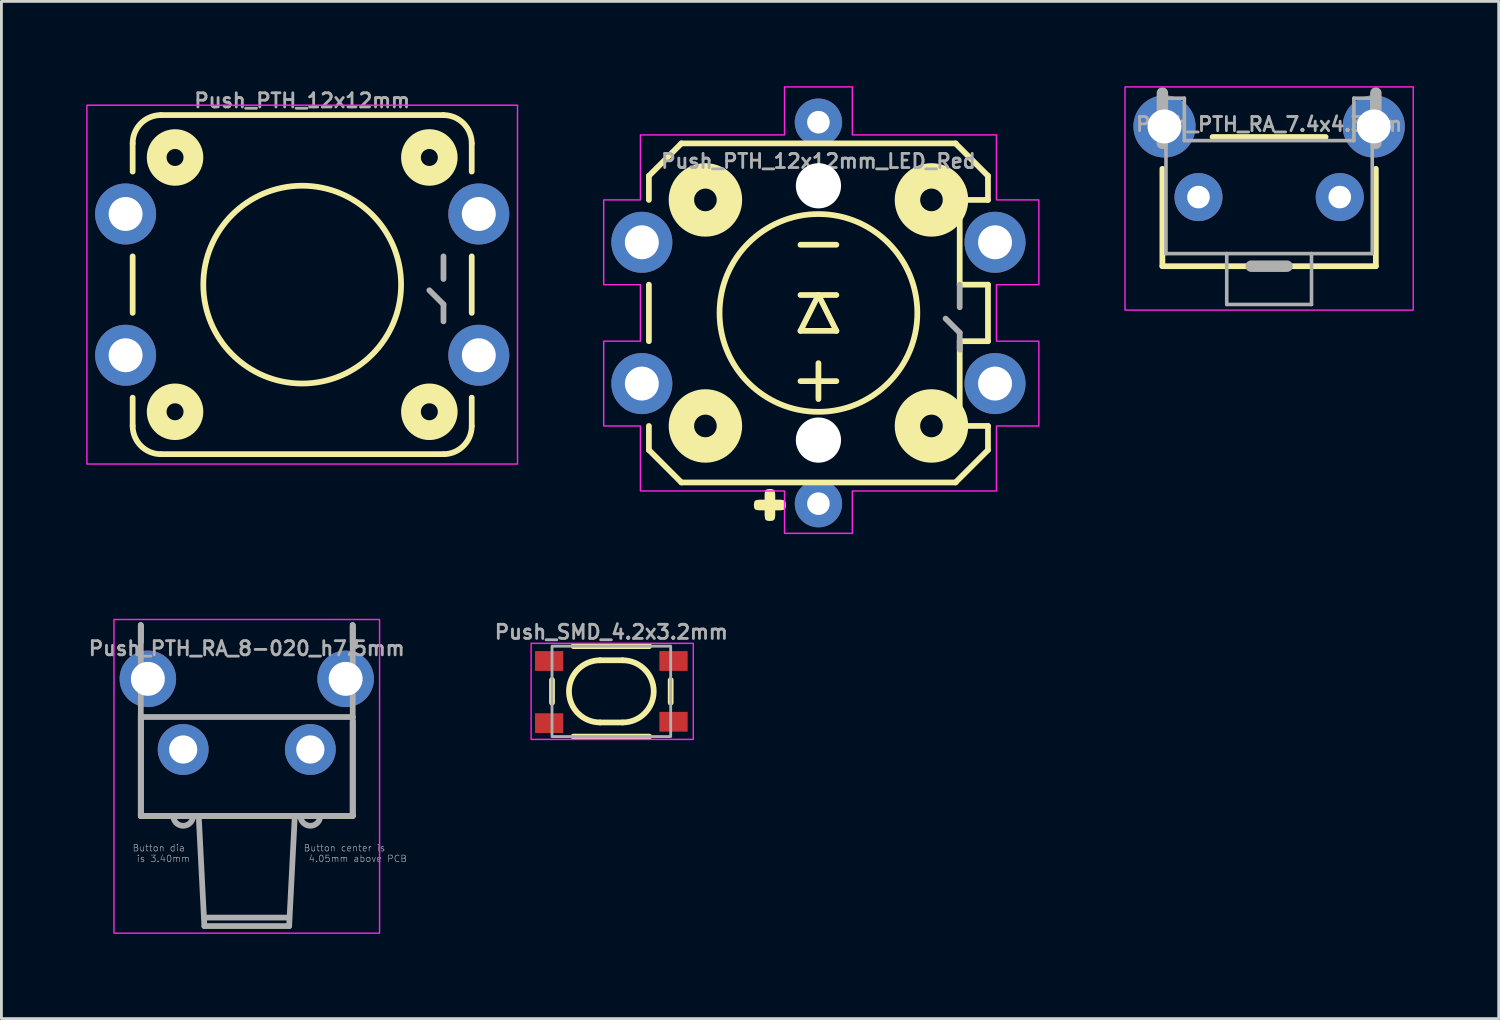
<source format=kicad_pcb>
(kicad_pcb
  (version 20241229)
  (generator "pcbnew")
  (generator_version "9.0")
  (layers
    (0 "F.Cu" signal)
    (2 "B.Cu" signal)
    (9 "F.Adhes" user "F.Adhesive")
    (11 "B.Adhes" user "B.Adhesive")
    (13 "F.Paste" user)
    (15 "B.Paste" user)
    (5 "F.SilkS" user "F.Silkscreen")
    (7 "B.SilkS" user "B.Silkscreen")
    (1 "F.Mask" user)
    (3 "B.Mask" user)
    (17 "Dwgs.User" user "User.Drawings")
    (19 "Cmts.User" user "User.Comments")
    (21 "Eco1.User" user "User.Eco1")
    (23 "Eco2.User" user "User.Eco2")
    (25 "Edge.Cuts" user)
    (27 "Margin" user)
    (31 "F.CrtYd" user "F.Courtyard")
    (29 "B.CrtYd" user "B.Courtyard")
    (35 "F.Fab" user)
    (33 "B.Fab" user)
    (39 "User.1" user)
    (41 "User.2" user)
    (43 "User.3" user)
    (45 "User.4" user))
  (footprint "Push_SMD_4.2x3.2mm"
    (layer "F.Cu")
    (at 18.586 21.418)
    (property "Reference" "Push_SMD_4.2x3.2mm" (at 0 -2.1 0) (layer "F.Fab") (effects (font (size 0.5 0.5) (thickness 0.1))))
    (attr smd)
    (fp_line (start -2.1 0.4) (end -2.1 -0.4) (stroke (width 0.203) (type solid)) (layer "F.SilkS"))
    (fp_line (start -1.338 -1.6) (end 1.338 -1.6) (stroke (width 0.203) (type solid)) (layer "F.SilkS"))
    (fp_line (start -0.4 -1.1) (end 0.4 -1.1) (stroke (width 0.203) (type default)) (layer "F.SilkS"))
    (fp_line (start -0.4 1.1) (end 0.4 1.1) (stroke (width 0.203) (type default)) (layer "F.SilkS"))
    (fp_line (start 1.338 1.6) (end -1.338 1.6) (stroke (width 0.203) (type solid)) (layer "F.SilkS"))
    (fp_line (start 2.1 0.4) (end 2.1 -0.4) (stroke (width 0.203) (type solid)) (layer "F.SilkS"))
    (fp_arc (start -0.4 1.1) (mid -1.5 0) (end -0.4 -1.1) (stroke (width 0.2032) (type default)) (layer "F.SilkS"))
    (fp_arc (start 0.4 -1.1) (mid 1.5 0) (end 0.4 1.1) (stroke (width 0.2032) (type default)) (layer "F.SilkS"))
    (fp_rect (start -2.84 -1.7) (end 2.9 1.7) (stroke (width 0.05) (type default)) (fill no) (layer "F.CrtYd"))
    (fp_rect (start -2.1 -1.6) (end 2.1 1.6) (stroke (width 0.1) (type default)) (fill no) (layer "F.Fab"))
    (pad "1" smd rect (at -2.2 -1.075) (size 1 0.7) (layers "F.Cu" "F.Mask" "F.Paste"))
    (pad "1" smd rect (at 2.2 -1.075) (size 1 0.7) (layers "F.Cu" "F.Mask" "F.Paste"))
    (pad "2" smd rect (at -2.2 1.125) (size 1 0.7) (layers "F.Cu" "F.Mask" "F.Paste"))
    (pad "2" smd rect (at 2.2 1.075) (size 1 0.7) (layers "F.Cu" "F.Mask" "F.Paste")))
  (footprint "Push_PTH_12x12mm_LED_Red"
    (layer "F.Cu")
    (at 25.915 8.025)
    (property "Reference" "Push_PTH_12x12mm_LED_Red" (at 0 -5.08 0) (layer "F.Fab") (effects (font (size 0.5 0.5) (thickness 0.1)) (justify bottom)))
    (attr through_hole)
    (fp_line (start -6 -4.85) (end -4.85 -6) (stroke (width 0.203) (type solid)) (layer "F.SilkS"))
    (fp_line (start -6 -4) (end -6 -4.85) (stroke (width 0.203) (type solid)) (layer "F.SilkS"))
    (fp_line (start -6 1) (end -6 -1) (stroke (width 0.203) (type solid)) (layer "F.SilkS"))
    (fp_line (start -6 4.85) (end -6 4) (stroke (width 0.203) (type solid)) (layer "F.SilkS"))
    (fp_line (start -4.85 -6) (end 4.85 -6) (stroke (width 0.203) (type solid)) (layer "F.SilkS"))
    (fp_line (start -4.85 6) (end -6 4.85) (stroke (width 0.203) (type solid)) (layer "F.SilkS"))
    (fp_line (start -0.635 -0.635) (end 0 -0.635) (stroke (width 0.203) (type solid)) (layer "F.SilkS"))
    (fp_line (start -0.635 0.635) (end 0.635 0.635) (stroke (width 0.203) (type solid)) (layer "F.SilkS"))
    (fp_line (start 0 -0.635) (end -0.635 0.635) (stroke (width 0.203) (type solid)) (layer "F.SilkS"))
    (fp_line (start 0 -0.635) (end 0.635 -0.635) (stroke (width 0.203) (type solid)) (layer "F.SilkS"))
    (fp_line (start 0 3.048) (end 0 1.778) (stroke (width 0.203) (type solid)) (layer "F.SilkS"))
    (fp_line (start 0.635 -2.413) (end -0.635 -2.413) (stroke (width 0.203) (type solid)) (layer "F.SilkS"))
    (fp_line (start 0.635 0.635) (end 0 -0.635) (stroke (width 0.203) (type solid)) (layer "F.SilkS"))
    (fp_line (start 0.635 2.413) (end -0.635 2.413) (stroke (width 0.203) (type solid)) (layer "F.SilkS"))
    (fp_line (start 4.85 -6) (end 6 -4.85) (stroke (width 0.203) (type solid)) (layer "F.SilkS"))
    (fp_line (start 4.85 6) (end -4.85 6) (stroke (width 0.203) (type solid)) (layer "F.SilkS"))
    (fp_line (start 5 -4) (end 6 -4) (stroke (width 0.203) (type solid)) (layer "F.SilkS"))
    (fp_line (start 5 -1) (end 5 -4) (stroke (width 0.203) (type solid)) (layer "F.SilkS"))
    (fp_line (start 5 1) (end 5 4) (stroke (width 0.203) (type solid)) (layer "F.SilkS"))
    (fp_line (start 5 4) (end 6 4) (stroke (width 0.203) (type solid)) (layer "F.SilkS"))
    (fp_line (start 6 -4.85) (end 6 -4) (stroke (width 0.203) (type solid)) (layer "F.SilkS"))
    (fp_line (start 6 -1) (end 5 -1) (stroke (width 0.203) (type solid)) (layer "F.SilkS"))
    (fp_line (start 6 -1) (end 6 1) (stroke (width 0.203) (type solid)) (layer "F.SilkS"))
    (fp_line (start 6 1) (end 5 1) (stroke (width 0.203) (type solid)) (layer "F.SilkS"))
    (fp_line (start 6 4) (end 6 4.85) (stroke (width 0.203) (type solid)) (layer "F.SilkS"))
    (fp_line (start 6 4.85) (end 4.85 6) (stroke (width 0.203) (type solid)) (layer "F.SilkS"))
    (fp_circle (center -4 -4) (end -3.6 -4) (stroke (width 0.9) (type solid)) (fill no) (layer "F.SilkS"))
    (fp_circle (center -4 4) (end -3.6 4) (stroke (width 0.9) (type solid)) (fill no) (layer "F.SilkS"))
    (fp_circle (center 0 0) (end 3.5 0) (stroke (width 0.203) (type solid)) (fill no) (layer "F.SilkS"))
    (fp_circle (center 4 -4) (end 4.4 -4) (stroke (width 0.9) (type solid)) (fill no) (layer "F.SilkS"))
    (fp_circle (center 4 4) (end 4.4 4) (stroke (width 0.9) (type solid)) (fill no) (layer "F.SilkS"))
    (fp_poly (pts (xy -1.529 6.609) (xy -1.336 6.609) (xy -1.214 6.629) (xy -1.163 6.69) (xy -1.15 6.798) (xy -1.162 6.906) (xy -1.203 6.964) (xy -1.324 6.985) (xy -1.529 6.985) (xy -1.529 7.178) (xy -1.549 7.299) (xy -1.61 7.351) (xy -1.718 7.364) (xy -1.826 7.351) (xy -1.884 7.306) (xy -1.905 7.176) (xy -1.905 6.985) (xy -2.112 6.985) (xy -2.226 6.966) (xy -2.274 6.905) (xy -2.286 6.797) (xy -2.273 6.689) (xy -2.226 6.63) (xy -2.095 6.609) (xy -1.905 6.609) (xy -1.905 6.416) (xy -1.886 6.294) (xy -1.825 6.243) (xy -1.717 6.23) (xy -1.609 6.243) (xy -1.55 6.287) (xy -1.529 6.418) (xy -1.529 6.609)) (stroke (width 0) (type solid)) (fill yes) (layer "F.SilkS"))
    (fp_poly (pts (xy 7.8 -4) (xy 7.8 -1) (xy 6.3 -1) (xy 6.3 1) (xy 7.8 1) (xy 7.8 4) (xy 6.3 4) (xy 6.3 6.3) (xy 1.2 6.3) (xy 1.2 7.8) (xy -1.2 7.8) (xy -1.2 6.3) (xy -6.3 6.3) (xy -6.3 4) (xy -7.6 4) (xy -7.6 1) (xy -6.3 1) (xy -6.3 -1) (xy -7.6 -1) (xy -7.6 -4) (xy -6.3 -4) (xy -6.3 -6.3) (xy -1.2 -6.3) (xy -1.2 -8) (xy 1.2 -8) (xy 1.2 -6.3) (xy 6.3 -6.3) (xy 6.3 -4)) (stroke (width 0.05) (type solid)) (fill no) (layer "F.CrtYd"))
    (fp_line (start 5 -0.2) (end 5 -1) (stroke (width 0.203) (type solid)) (layer "F.Fab"))
    (fp_line (start 5 0.7) (end 4.5 0.2) (stroke (width 0.203) (type solid)) (layer "F.Fab"))
    (fp_line (start 5 1.3) (end 5 0.7) (stroke (width 0.203) (type solid)) (layer "F.Fab"))
    (pad "" np_thru_hole circle (at 0 -4.5) (size 1.6 1.6) (drill 1.6) (layers "*.Cu" "*.Mask"))
    (pad "" np_thru_hole circle (at 0 4.5) (size 1.6 1.6) (drill 1.6) (layers "*.Cu" "*.Mask"))
    (pad "1" thru_hole circle (at -6.25 -2.5) (size 2.159 2.159) (drill 1.2) (layers "*.Cu" "*.Mask"))
    (pad "1" thru_hole circle (at 6.25 -2.5) (size 2.159 2.159) (drill 1.2) (layers "*.Cu" "*.Mask"))
    (pad "2" thru_hole circle (at -6.25 2.5) (size 2.159 2.159) (drill 1.2) (layers "*.Cu" "*.Mask"))
    (pad "2" thru_hole circle (at 6.25 2.5) (size 2.159 2.159) (drill 1.2) (layers "*.Cu" "*.Mask"))
    (pad "A" thru_hole circle (at 0 6.75) (size 1.676 1.676) (drill 0.8) (layers "*.Cu" "*.Mask"))
    (pad "K" thru_hole circle (at 0 -6.75) (size 1.676 1.676) (drill 0.8) (layers "*.Cu" "*.Mask")))
  (footprint "Push_PTH_RA_8-020_h7.5mm"
    (layer "F.Cu")
    (at 5.683 23.475)
    (property "Reference" "Push_PTH_RA_8-020_h7.5mm" (at 0 -3.285 0) (layer "F.Fab") (effects (font (size 0.5 0.5) (thickness 0.1) (bold yes)) (justify bottom)))
    (attr through_hole)
    (fp_line (start -3.75 -3.8) (end -3.75 -4.4) (stroke (width 0.203) (type solid)) (layer "F.SilkS"))
    (fp_line (start -3.75 2.35) (end -3.75 -1.15) (stroke (width 0.203) (type solid)) (layer "F.SilkS"))
    (fp_line (start -3.75 2.35) (end 3.75 2.35) (stroke (width 0.203) (type solid)) (layer "F.SilkS"))
    (fp_line (start 3.75 -3.8) (end 3.75 -4.4) (stroke (width 0.203) (type solid)) (layer "F.SilkS"))
    (fp_line (start 3.75 2.35) (end 3.75 -1) (stroke (width 0.203) (type solid)) (layer "F.SilkS"))
    (fp_rect (start 4.7 -4.6) (end -4.7 6.5) (stroke (width 0.05) (type default)) (fill no) (layer "F.CrtYd"))
    (fp_line (start -3.75 -1.15) (end -3.75 -4.4) (stroke (width 0.203) (type solid)) (layer "F.Fab"))
    (fp_line (start -3.75 -1.15) (end 3.75 -1.15) (stroke (width 0.203) (type solid)) (layer "F.Fab"))
    (fp_line (start -3.75 2.35) (end -3.75 -1.15) (stroke (width 0.203) (type solid)) (layer "F.Fab"))
    (fp_line (start -3.75 2.35) (end -2.6 2.35) (stroke (width 0.203) (type solid)) (layer "F.Fab"))
    (fp_line (start -2.6 2.35) (end -1.9 2.35) (stroke (width 0.203) (type solid)) (layer "F.Fab"))
    (fp_line (start -1.9 2.35) (end -1.7 2.35) (stroke (width 0.203) (type solid)) (layer "F.Fab"))
    (fp_line (start -1.7 2.35) (end -1.5 6.25) (stroke (width 0.203) (type solid)) (layer "F.Fab"))
    (fp_line (start -1.7 2.35) (end 1.7 2.35) (stroke (width 0.203) (type solid)) (layer "F.Fab"))
    (fp_line (start -1.5 5.95) (end 1.5 5.95) (stroke (width 0.203) (type solid)) (layer "F.Fab"))
    (fp_line (start -1.5 6.25) (end 1.5 6.25) (stroke (width 0.203) (type solid)) (layer "F.Fab"))
    (fp_line (start 1.5 6.25) (end 1.7 2.35) (stroke (width 0.203) (type solid)) (layer "F.Fab"))
    (fp_line (start 1.7 2.35) (end 1.9 2.35) (stroke (width 0.203) (type solid)) (layer "F.Fab"))
    (fp_line (start 1.9 2.35) (end 2.6 2.35) (stroke (width 0.203) (type solid)) (layer "F.Fab"))
    (fp_line (start 2.6 2.35) (end 3.75 2.35) (stroke (width 0.203) (type solid)) (layer "F.Fab"))
    (fp_line (start 3.75 -1.15) (end 3.75 -4.4) (stroke (width 0.203) (type solid)) (layer "F.Fab"))
    (fp_line (start 3.75 2.35) (end 3.75 -1.15) (stroke (width 0.203) (type solid)) (layer "F.Fab"))
    (fp_arc (start -1.9 2.35) (mid -2.25 2.7) (end -2.6 2.35) (stroke (width 0.2032) (type solid)) (layer "F.Fab"))
    (fp_arc (start 2.6 2.35) (mid 2.25 2.7) (end 1.9 2.35) (stroke (width 0.2032) (type solid)) (layer "F.Fab"))
    (fp_text user "Button dia \nis 3.40mm" (at -2 4 0) (layer "F.Fab") (effects (font (size 0.234 0.234) (thickness 0.02)) (justify right bottom)))
    (fp_text user "Button center is\n 4.05mm above PCB" (at 2 4 0) (layer "F.Fab") (effects (font (size 0.234 0.234) (thickness 0.02)) (justify left bottom)))
    (pad "1" thru_hole circle (at -2.25 0) (size 1.8 1.8) (drill 1) (layers "*.Cu" "*.Mask"))
    (pad "2" thru_hole circle (at 2.25 0) (size 1.8 1.8) (drill 1) (layers "*.Cu" "*.Mask"))
    (pad "M1" thru_hole circle (at -3.5 -2.5) (size 2 2) (drill 1.2) (layers "*.Cu" "*.Mask"))
    (pad "M2" thru_hole circle (at 3.5 -2.5) (size 2 2) (drill 1.2) (layers "*.Cu" "*.Mask")))
  (footprint "Push_PTH_12x12mm"
    (layer "F.Cu")
    (at 7.645 7.023)
    (property "Reference" "Push_PTH_12x12mm" (at 0 -6.223 0) (layer "F.Fab") (effects (font (size 0.5 0.5) (thickness 0.1)) (justify bottom)))
    (attr through_hole)
    (fp_line (start -6 -4) (end -6 -5) (stroke (width 0.203) (type solid)) (layer "F.SilkS"))
    (fp_line (start -6 1) (end -6 -1) (stroke (width 0.203) (type solid)) (layer "F.SilkS"))
    (fp_line (start -6 5) (end -6 4) (stroke (width 0.203) (type solid)) (layer "F.SilkS"))
    (fp_line (start -5 -6) (end 5 -6) (stroke (width 0.203) (type solid)) (layer "F.SilkS"))
    (fp_line (start 5 6) (end -5 6) (stroke (width 0.203) (type solid)) (layer "F.SilkS"))
    (fp_line (start 6 -5) (end 6 -4) (stroke (width 0.203) (type solid)) (layer "F.SilkS"))
    (fp_line (start 6 -1) (end 6 1) (stroke (width 0.203) (type solid)) (layer "F.SilkS"))
    (fp_line (start 6 4) (end 6 5) (stroke (width 0.203) (type solid)) (layer "F.SilkS"))
    (fp_arc (start -6 -5) (mid -5.707107 -5.707107) (end -5 -6) (stroke (width 0.2032) (type solid)) (layer "F.SilkS"))
    (fp_arc (start -5 6) (mid -5.707107 5.707107) (end -6 5) (stroke (width 0.2032) (type solid)) (layer "F.SilkS"))
    (fp_arc (start 5 -6) (mid 5.707107 -5.707107) (end 6 -5) (stroke (width 0.2032) (type solid)) (layer "F.SilkS"))
    (fp_arc (start 6 5) (mid 5.707107 5.707107) (end 5 6) (stroke (width 0.2032) (type solid)) (layer "F.SilkS"))
    (fp_circle (center -4.5 -4.5) (end -4.2 -4.5) (stroke (width 0.7) (type solid)) (fill no) (layer "F.SilkS"))
    (fp_circle (center -4.5 4.5) (end -4.2 4.5) (stroke (width 0.7) (type solid)) (fill no) (layer "F.SilkS"))
    (fp_circle (center 0 0) (end 3.5 0) (stroke (width 0.203) (type solid)) (fill no) (layer "F.SilkS"))
    (fp_circle (center 4.5 -4.5) (end 4.8 -4.5) (stroke (width 0.7) (type solid)) (fill no) (layer "F.SilkS"))
    (fp_circle (center 4.5 4.5) (end 4.8 4.5) (stroke (width 0.7) (type solid)) (fill no) (layer "F.SilkS"))
    (fp_rect (start 7.62 -6.35) (end -7.62 6.35) (stroke (width 0.05) (type default)) (fill no) (layer "F.CrtYd"))
    (fp_line (start 5 -0.2) (end 5 -1) (stroke (width 0.203) (type solid)) (layer "F.Fab"))
    (fp_line (start 5 0.7) (end 4.5 0.2) (stroke (width 0.203) (type solid)) (layer "F.Fab"))
    (fp_line (start 5 1.3) (end 5 0.7) (stroke (width 0.203) (type solid)) (layer "F.Fab"))
    (pad "1" thru_hole circle (at -6.25 -2.5) (size 2.159 2.159) (drill 1.2) (layers "*.Cu" "*.Mask"))
    (pad "1" thru_hole circle (at 6.25 -2.5) (size 2.159 2.159) (drill 1.2) (layers "*.Cu" "*.Mask"))
    (pad "2" thru_hole circle (at -6.25 2.5) (size 2.159 2.159) (drill 1.2) (layers "*.Cu" "*.Mask"))
    (pad "2" thru_hole circle (at 6.25 2.5) (size 2.159 2.159) (drill 1.2) (layers "*.Cu" "*.Mask")))
  (footprint "Push_PTH_RA_7.4x4.3mm"
    (layer "F.Cu")
    (at 41.865 3.925)
    (property "Reference" "Push_PTH_RA_7.4x4.3mm" (at 0 -2.286 0) (layer "F.Fab") (effects (font (size 0.5 0.5) (thickness 0.1)) (justify bottom)))
    (attr through_hole)
    (fp_circle (center -2.5 0) (end -2.278 0) (stroke (width 0.445) (type solid)) (fill yes) (layer "F.Mask"))
    (fp_circle (center 2.5 0) (end 2.722 0) (stroke (width 0.445) (type solid)) (fill yes) (layer "F.Mask"))
    (fp_circle (center -2.5 0) (end -2.055 0) (stroke (width 0.889) (type solid)) (fill yes) (layer "B.Mask"))
    (fp_circle (center 2.5 0) (end 2.945 0) (stroke (width 0.889) (type solid)) (fill yes) (layer "B.Mask"))
    (fp_line (start -3.777 -1) (end -3.777 2.445) (stroke (width 0.203) (type solid)) (layer "F.SilkS"))
    (fp_line (start -3.777 2.445) (end 3.777 2.445) (stroke (width 0.203) (type solid)) (layer "F.SilkS"))
    (fp_line (start 2 -2.127) (end -2 -2.127) (stroke (width 0.203) (type solid)) (layer "F.SilkS"))
    (fp_line (start 3.777 2.445) (end 3.777 -1) (stroke (width 0.203) (type solid)) (layer "F.SilkS"))
    (fp_rect (start -5.1 -3.9) (end 5.1 4) (stroke (width 0.05) (type default)) (fill no) (layer "F.CrtYd"))
    (fp_line (start -3.777 -1.905) (end -3.777 -3.683) (stroke (width 0.406) (type solid)) (layer "F.Fab"))
    (fp_line (start -3.65 -3.5) (end -3 -3.5) (stroke (width 0.127) (type solid)) (layer "F.Fab"))
    (fp_line (start -3.65 2) (end -3.65 -3.5) (stroke (width 0.127) (type solid)) (layer "F.Fab"))
    (fp_line (start -3.65 2) (end -1.5 2) (stroke (width 0.127) (type solid)) (layer "F.Fab"))
    (fp_line (start -3 -2) (end -3 -3.5) (stroke (width 0.127) (type solid)) (layer "F.Fab"))
    (fp_line (start -3 -2) (end 3 -2) (stroke (width 0.127) (type solid)) (layer "F.Fab"))
    (fp_line (start -1.5 2) (end -1.5 3.8) (stroke (width 0.127) (type solid)) (layer "F.Fab"))
    (fp_line (start -1.5 2) (end 1.5 2) (stroke (width 0.127) (type solid)) (layer "F.Fab"))
    (fp_line (start -0.635 2.445) (end 0.635 2.445) (stroke (width 0.406) (type solid)) (layer "F.Fab"))
    (fp_line (start 1.5 2) (end 1.5 3.8) (stroke (width 0.127) (type solid)) (layer "F.Fab"))
    (fp_line (start 1.5 2) (end 3.65 2) (stroke (width 0.127) (type solid)) (layer "F.Fab"))
    (fp_line (start 1.5 3.8) (end -1.5 3.8) (stroke (width 0.127) (type solid)) (layer "F.Fab"))
    (fp_line (start 3 -3.5) (end 3.65 -3.5) (stroke (width 0.127) (type solid)) (layer "F.Fab"))
    (fp_line (start 3 -2) (end 3 -3.5) (stroke (width 0.127) (type solid)) (layer "F.Fab"))
    (fp_line (start 3.65 -3.5) (end 3.65 2) (stroke (width 0.127) (type solid)) (layer "F.Fab"))
    (fp_line (start 3.777 -1.905) (end 3.777 -3.683) (stroke (width 0.406) (type solid)) (layer "F.Fab"))
    (pad "1" thru_hole circle (at -2.5 0) (size 1.7 1.7) (drill 0.8) (layers "*.Cu"))
    (pad "2" thru_hole circle (at 2.5 0) (size 1.7 1.7) (drill 0.8) (layers "*.Cu"))
    (pad "M1" thru_hole circle (at -3.703 -2.5) (size 2.2 2.2) (drill 1.2) (layers "*.Cu" "*.Mask"))
    (pad "M2" thru_hole circle (at 3.703 -2.5) (size 2.2 2.2) (drill 1.2) (layers "*.Cu" "*.Mask")))
  (gr_rect
    (start -3 -3)
    (end 49.99 33)
    (stroke (width 0.1) (type default))
    (fill no)
    (layer "Edge.Cuts")))
</source>
